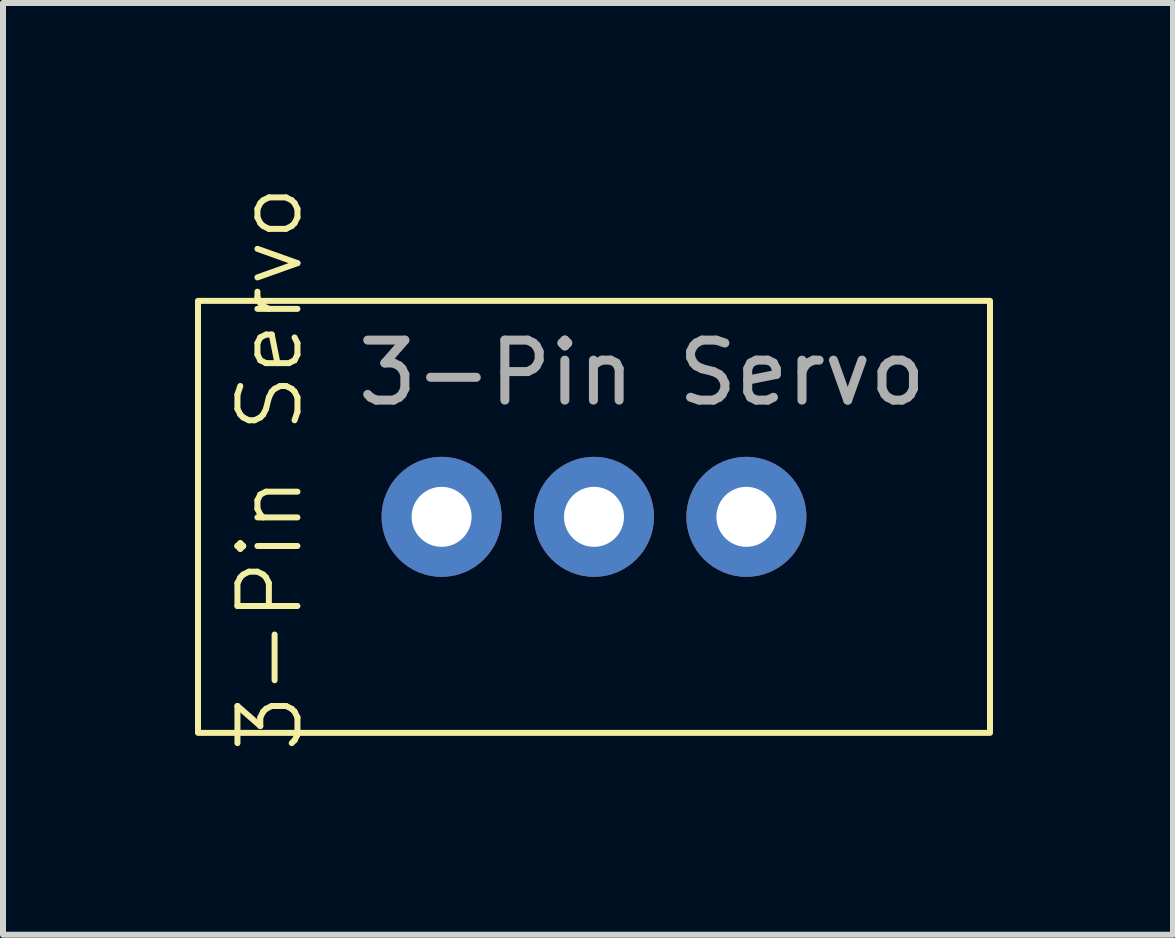
<source format=kicad_pcb>
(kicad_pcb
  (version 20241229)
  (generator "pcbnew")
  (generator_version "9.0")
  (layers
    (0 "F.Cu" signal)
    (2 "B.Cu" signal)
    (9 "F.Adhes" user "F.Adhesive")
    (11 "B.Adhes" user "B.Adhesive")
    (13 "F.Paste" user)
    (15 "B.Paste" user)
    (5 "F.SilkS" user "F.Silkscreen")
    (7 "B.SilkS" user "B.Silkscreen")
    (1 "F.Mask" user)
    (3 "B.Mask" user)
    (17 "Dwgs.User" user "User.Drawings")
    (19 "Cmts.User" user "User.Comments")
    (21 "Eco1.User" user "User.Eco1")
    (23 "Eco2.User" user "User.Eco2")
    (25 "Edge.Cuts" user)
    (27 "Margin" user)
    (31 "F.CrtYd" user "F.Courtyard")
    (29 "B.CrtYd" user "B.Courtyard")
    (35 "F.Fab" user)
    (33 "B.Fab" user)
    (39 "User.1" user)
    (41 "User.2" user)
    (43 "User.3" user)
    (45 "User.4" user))
  (footprint "3-Pin Servo"
    (layer "F.Cu")
    (at 0.25 9.164)
    (property "Reference" "3-Pin Servo" (at 1.2 -4.4 90) (unlocked yes) (layer "F.SilkS") (effects (font (size 1 1) (thickness 0.1))))
    (attr smd)
    (fp_rect (start 0 -7.2) (end 13.2 0) (stroke (width 0.1) (type default)) (fill no) (layer "F.SilkS"))
    (fp_text user "${REFERENCE}" (at 7.4 -6 0) (unlocked yes) (layer "F.Fab") (effects (font (size 1 1) (thickness 0.15))))
    (pad "1" thru_hole circle (at 4.06 -3.6) (size 2 2) (drill 1) (layers "*.Cu" "*.Mask"))
    (pad "2" thru_hole circle (at 6.6 -3.6) (size 2 2) (drill 1) (layers "*.Cu" "*.Mask"))
    (pad "3" thru_hole circle (at 9.14 -3.6) (size 2 2) (drill 1) (layers "*.Cu" "*.Mask")))
  (gr_rect
    (start -3 -3)
    (end 16.5 12.529)
    (stroke (width 0.1) (type default))
    (fill no)
    (layer "Edge.Cuts")))
</source>
